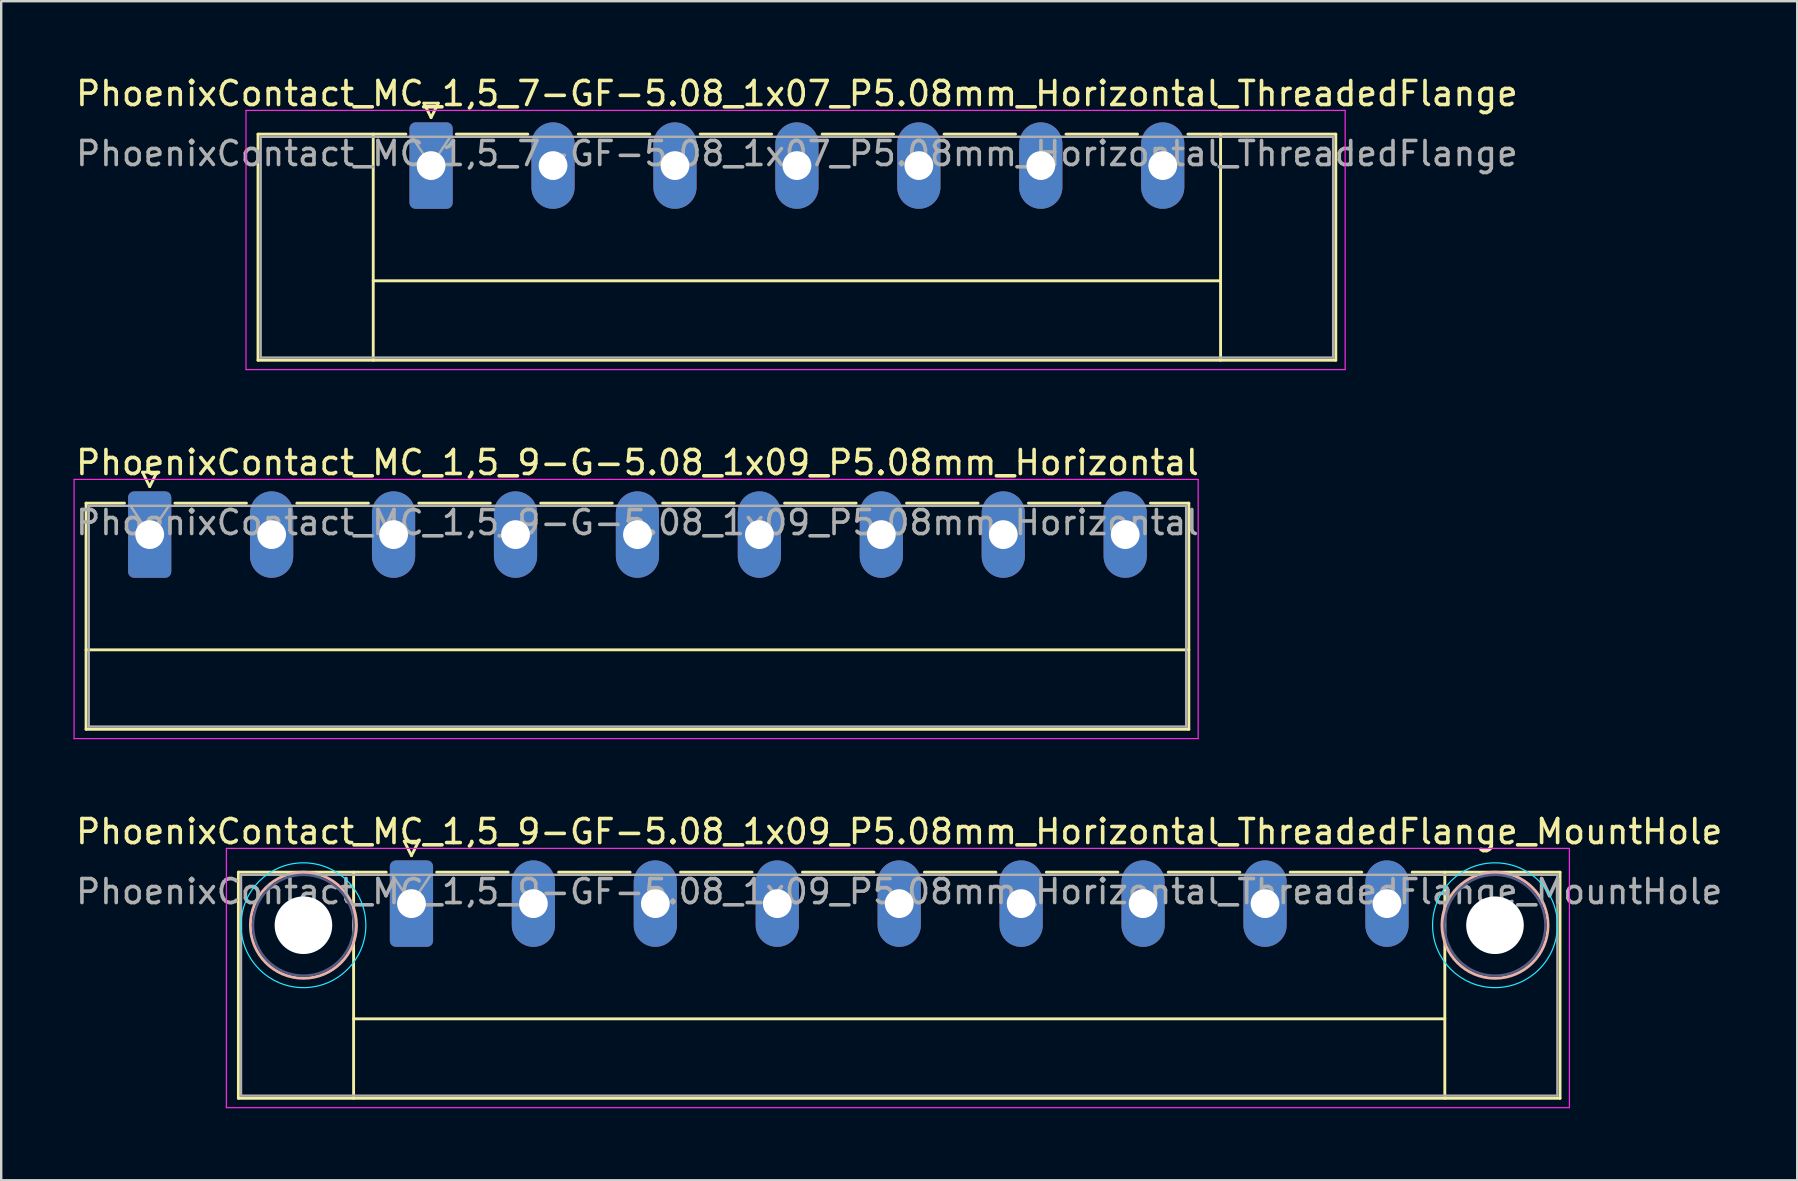
<source format=kicad_pcb>
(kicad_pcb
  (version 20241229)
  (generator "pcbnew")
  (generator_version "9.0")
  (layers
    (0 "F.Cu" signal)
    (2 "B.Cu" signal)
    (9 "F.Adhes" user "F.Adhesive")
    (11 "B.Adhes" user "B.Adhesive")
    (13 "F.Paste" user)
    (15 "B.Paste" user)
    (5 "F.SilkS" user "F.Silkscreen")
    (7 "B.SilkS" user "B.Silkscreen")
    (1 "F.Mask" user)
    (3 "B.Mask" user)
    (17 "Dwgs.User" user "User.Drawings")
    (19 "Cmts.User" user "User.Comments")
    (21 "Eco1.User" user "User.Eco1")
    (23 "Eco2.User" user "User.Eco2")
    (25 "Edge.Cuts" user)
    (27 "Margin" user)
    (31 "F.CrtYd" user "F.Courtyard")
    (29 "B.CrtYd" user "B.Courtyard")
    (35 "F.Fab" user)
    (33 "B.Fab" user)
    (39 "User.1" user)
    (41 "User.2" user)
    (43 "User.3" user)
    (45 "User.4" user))
  (footprint "PhoenixContact_MC_1,5_9-GF-5.08_1x09_P5.08mm_Horizontal_ThreadedFlange_MountHole"
    (layer "F.Cu")
    (at 14.091 34.595)
    (property "Reference" "PhoenixContact_MC_1,5_9-GF-5.08_1x09_P5.08mm_Horizontal_ThreadedFlange_MountHole" (at 20.32 -3 0) (layer "F.SilkS") (effects (font (size 1 1) (thickness 0.15))))
    (attr through_hole)
    (fp_line (start -7.21 -1.31) (end -7.21 8.11) (stroke (width 0.12) (type solid)) (layer "F.SilkS"))
    (fp_line (start -7.21 -1.31) (end -1.05 -1.31) (stroke (width 0.12) (type solid)) (layer "F.SilkS"))
    (fp_line (start -7.21 8.11) (end 47.85 8.11) (stroke (width 0.12) (type solid)) (layer "F.SilkS"))
    (fp_line (start -2.41 -1.31) (end -2.41 8.11) (stroke (width 0.12) (type solid)) (layer "F.SilkS"))
    (fp_line (start -2.41 4.8) (end 43.05 4.8) (stroke (width 0.12) (type solid)) (layer "F.SilkS"))
    (fp_line (start -0.3 -2.6) (end 0.3 -2.6) (stroke (width 0.12) (type solid)) (layer "F.SilkS"))
    (fp_line (start 0 -2) (end -0.3 -2.6) (stroke (width 0.12) (type solid)) (layer "F.SilkS"))
    (fp_line (start 0.3 -2.6) (end 0 -2) (stroke (width 0.12) (type solid)) (layer "F.SilkS"))
    (fp_line (start 1.05 -1.31) (end 4.03 -1.31) (stroke (width 0.12) (type solid)) (layer "F.SilkS"))
    (fp_line (start 6.13 -1.31) (end 9.11 -1.31) (stroke (width 0.12) (type solid)) (layer "F.SilkS"))
    (fp_line (start 11.21 -1.31) (end 14.19 -1.31) (stroke (width 0.12) (type solid)) (layer "F.SilkS"))
    (fp_line (start 16.29 -1.31) (end 19.27 -1.31) (stroke (width 0.12) (type solid)) (layer "F.SilkS"))
    (fp_line (start 21.37 -1.31) (end 24.35 -1.31) (stroke (width 0.12) (type solid)) (layer "F.SilkS"))
    (fp_line (start 26.45 -1.31) (end 29.43 -1.31) (stroke (width 0.12) (type solid)) (layer "F.SilkS"))
    (fp_line (start 31.53 -1.31) (end 34.51 -1.31) (stroke (width 0.12) (type solid)) (layer "F.SilkS"))
    (fp_line (start 36.61 -1.31) (end 39.59 -1.31) (stroke (width 0.12) (type solid)) (layer "F.SilkS"))
    (fp_line (start 43.05 -1.31) (end 43.05 8.11) (stroke (width 0.12) (type solid)) (layer "F.SilkS"))
    (fp_line (start 47.85 -1.31) (end 41.69 -1.31) (stroke (width 0.12) (type solid)) (layer "F.SilkS"))
    (fp_line (start 47.85 8.11) (end 47.85 -1.31) (stroke (width 0.12) (type solid)) (layer "F.SilkS"))
    (fp_circle (center -4.5 0.9) (end -2.29 0.9) (stroke (width 0.12) (type solid)) (fill no) (layer "B.SilkS"))
    (fp_circle (center 45.14 0.9) (end 47.35 0.9) (stroke (width 0.12) (type solid)) (fill no) (layer "B.SilkS"))
    (fp_circle (center -4.5 0.9) (end -1.9 0.9) (stroke (width 0.05) (type solid)) (fill no) (layer "B.CrtYd"))
    (fp_circle (center 45.14 0.9) (end 47.74 0.9) (stroke (width 0.05) (type solid)) (fill no) (layer "B.CrtYd"))
    (fp_line (start -7.71 -2.3) (end -7.71 8.5) (stroke (width 0.05) (type solid)) (layer "F.CrtYd"))
    (fp_line (start -7.71 8.5) (end 48.24 8.5) (stroke (width 0.05) (type solid)) (layer "F.CrtYd"))
    (fp_line (start 48.24 -2.3) (end -7.71 -2.3) (stroke (width 0.05) (type solid)) (layer "F.CrtYd"))
    (fp_line (start 48.24 8.5) (end 48.24 -2.3) (stroke (width 0.05) (type solid)) (layer "F.CrtYd"))
    (fp_circle (center -4.5 0.9) (end -2.4 0.9) (stroke (width 0.1) (type solid)) (fill no) (layer "B.Fab"))
    (fp_circle (center 45.14 0.9) (end 47.24 0.9) (stroke (width 0.1) (type solid)) (fill no) (layer "B.Fab"))
    (fp_line (start -7.1 -1.2) (end -7.1 8) (stroke (width 0.1) (type solid)) (layer "F.Fab"))
    (fp_line (start -7.1 8) (end 47.74 8) (stroke (width 0.1) (type solid)) (layer "F.Fab"))
    (fp_line (start 0 0) (end -0.8 -1.2) (stroke (width 0.1) (type solid)) (layer "F.Fab"))
    (fp_line (start 0.8 -1.2) (end 0 0) (stroke (width 0.1) (type solid)) (layer "F.Fab"))
    (fp_line (start 47.74 -1.2) (end -7.1 -1.2) (stroke (width 0.1) (type solid)) (layer "F.Fab"))
    (fp_line (start 47.74 8) (end 47.74 -1.2) (stroke (width 0.1) (type solid)) (layer "F.Fab"))
    (fp_text user "${REFERENCE}" (at 20.32 -0.5 0) (layer "F.Fab") (effects (font (size 1 1) (thickness 0.15))))
    (pad "" np_thru_hole circle (at -4.5 0.9) (size 2.4 2.4) (drill 2.4) (layers "*.Cu" "*.Mask"))
    (pad "" np_thru_hole circle (at 45.14 0.9) (size 2.4 2.4) (drill 2.4) (layers "*.Cu" "*.Mask"))
    (pad "1" thru_hole roundrect (at 0 0) (size 1.8 3.6) (drill 1.2) (layers "*.Cu" "*.Mask") (roundrect_rratio 0.139))
    (pad "2" thru_hole oval (at 5.08 0) (size 1.8 3.6) (drill 1.2) (layers "*.Cu" "*.Mask"))
    (pad "3" thru_hole oval (at 10.16 0) (size 1.8 3.6) (drill 1.2) (layers "*.Cu" "*.Mask"))
    (pad "4" thru_hole oval (at 15.24 0) (size 1.8 3.6) (drill 1.2) (layers "*.Cu" "*.Mask"))
    (pad "5" thru_hole oval (at 20.32 0) (size 1.8 3.6) (drill 1.2) (layers "*.Cu" "*.Mask"))
    (pad "6" thru_hole oval (at 25.4 0) (size 1.8 3.6) (drill 1.2) (layers "*.Cu" "*.Mask"))
    (pad "7" thru_hole oval (at 30.48 0) (size 1.8 3.6) (drill 1.2) (layers "*.Cu" "*.Mask"))
    (pad "8" thru_hole oval (at 35.56 0) (size 1.8 3.6) (drill 1.2) (layers "*.Cu" "*.Mask"))
    (pad "9" thru_hole oval (at 40.64 0) (size 1.8 3.6) (drill 1.2) (layers "*.Cu" "*.Mask")))
  (footprint "PhoenixContact_MC_1,5_7-GF-5.08_1x07_P5.08mm_Horizontal_ThreadedFlange"
    (layer "F.Cu")
    (at 14.909 3.848)
    (property "Reference" "PhoenixContact_MC_1,5_7-GF-5.08_1x07_P5.08mm_Horizontal_ThreadedFlange" (at 15.24 -3 0) (layer "F.SilkS") (effects (font (size 1 1) (thickness 0.15))))
    (attr through_hole)
    (fp_line (start -7.21 -1.31) (end -7.21 8.11) (stroke (width 0.12) (type solid)) (layer "F.SilkS"))
    (fp_line (start -7.21 -1.31) (end -1.05 -1.31) (stroke (width 0.12) (type solid)) (layer "F.SilkS"))
    (fp_line (start -7.21 8.11) (end 37.69 8.11) (stroke (width 0.12) (type solid)) (layer "F.SilkS"))
    (fp_line (start -2.41 -1.31) (end -2.41 8.11) (stroke (width 0.12) (type solid)) (layer "F.SilkS"))
    (fp_line (start -2.41 4.8) (end 32.89 4.8) (stroke (width 0.12) (type solid)) (layer "F.SilkS"))
    (fp_line (start -0.3 -2.6) (end 0.3 -2.6) (stroke (width 0.12) (type solid)) (layer "F.SilkS"))
    (fp_line (start 0 -2) (end -0.3 -2.6) (stroke (width 0.12) (type solid)) (layer "F.SilkS"))
    (fp_line (start 0.3 -2.6) (end 0 -2) (stroke (width 0.12) (type solid)) (layer "F.SilkS"))
    (fp_line (start 1.05 -1.31) (end 4.03 -1.31) (stroke (width 0.12) (type solid)) (layer "F.SilkS"))
    (fp_line (start 6.13 -1.31) (end 9.11 -1.31) (stroke (width 0.12) (type solid)) (layer "F.SilkS"))
    (fp_line (start 11.21 -1.31) (end 14.19 -1.31) (stroke (width 0.12) (type solid)) (layer "F.SilkS"))
    (fp_line (start 16.29 -1.31) (end 19.27 -1.31) (stroke (width 0.12) (type solid)) (layer "F.SilkS"))
    (fp_line (start 21.37 -1.31) (end 24.35 -1.31) (stroke (width 0.12) (type solid)) (layer "F.SilkS"))
    (fp_line (start 26.45 -1.31) (end 29.43 -1.31) (stroke (width 0.12) (type solid)) (layer "F.SilkS"))
    (fp_line (start 32.89 -1.31) (end 32.89 8.11) (stroke (width 0.12) (type solid)) (layer "F.SilkS"))
    (fp_line (start 37.69 -1.31) (end 31.53 -1.31) (stroke (width 0.12) (type solid)) (layer "F.SilkS"))
    (fp_line (start 37.69 8.11) (end 37.69 -1.31) (stroke (width 0.12) (type solid)) (layer "F.SilkS"))
    (fp_line (start -7.71 -2.3) (end -7.71 8.5) (stroke (width 0.05) (type solid)) (layer "F.CrtYd"))
    (fp_line (start -7.71 8.5) (end 38.08 8.5) (stroke (width 0.05) (type solid)) (layer "F.CrtYd"))
    (fp_line (start 38.08 -2.3) (end -7.71 -2.3) (stroke (width 0.05) (type solid)) (layer "F.CrtYd"))
    (fp_line (start 38.08 8.5) (end 38.08 -2.3) (stroke (width 0.05) (type solid)) (layer "F.CrtYd"))
    (fp_line (start -7.1 -1.2) (end -7.1 8) (stroke (width 0.1) (type solid)) (layer "F.Fab"))
    (fp_line (start -7.1 8) (end 37.58 8) (stroke (width 0.1) (type solid)) (layer "F.Fab"))
    (fp_line (start 0 0) (end -0.8 -1.2) (stroke (width 0.1) (type solid)) (layer "F.Fab"))
    (fp_line (start 0.8 -1.2) (end 0 0) (stroke (width 0.1) (type solid)) (layer "F.Fab"))
    (fp_line (start 37.58 -1.2) (end -7.1 -1.2) (stroke (width 0.1) (type solid)) (layer "F.Fab"))
    (fp_line (start 37.58 8) (end 37.58 -1.2) (stroke (width 0.1) (type solid)) (layer "F.Fab"))
    (fp_text user "${REFERENCE}" (at 15.24 -0.5 0) (layer "F.Fab") (effects (font (size 1 1) (thickness 0.15))))
    (pad "1" thru_hole roundrect (at 0 0) (size 1.8 3.6) (drill 1.2) (layers "*.Cu" "*.Mask") (roundrect_rratio 0.139))
    (pad "2" thru_hole oval (at 5.08 0) (size 1.8 3.6) (drill 1.2) (layers "*.Cu" "*.Mask"))
    (pad "3" thru_hole oval (at 10.16 0) (size 1.8 3.6) (drill 1.2) (layers "*.Cu" "*.Mask"))
    (pad "4" thru_hole oval (at 15.24 0) (size 1.8 3.6) (drill 1.2) (layers "*.Cu" "*.Mask"))
    (pad "5" thru_hole oval (at 20.32 0) (size 1.8 3.6) (drill 1.2) (layers "*.Cu" "*.Mask"))
    (pad "6" thru_hole oval (at 25.4 0) (size 1.8 3.6) (drill 1.2) (layers "*.Cu" "*.Mask"))
    (pad "7" thru_hole oval (at 30.48 0) (size 1.8 3.6) (drill 1.2) (layers "*.Cu" "*.Mask")))
  (footprint "PhoenixContact_MC_1,5_9-G-5.08_1x09_P5.08mm_Horizontal"
    (layer "F.Cu")
    (at 3.186 19.221)
    (property "Reference" "PhoenixContact_MC_1,5_9-G-5.08_1x09_P5.08mm_Horizontal" (at 20.32 -3 0) (layer "F.SilkS") (effects (font (size 1 1) (thickness 0.15))))
    (attr through_hole)
    (fp_line (start -2.65 -1.31) (end -2.65 8.11) (stroke (width 0.12) (type solid)) (layer "F.SilkS"))
    (fp_line (start -2.65 -1.31) (end -1.05 -1.31) (stroke (width 0.12) (type solid)) (layer "F.SilkS"))
    (fp_line (start -2.65 4.8) (end 43.29 4.8) (stroke (width 0.12) (type solid)) (layer "F.SilkS"))
    (fp_line (start -2.65 8.11) (end 43.29 8.11) (stroke (width 0.12) (type solid)) (layer "F.SilkS"))
    (fp_line (start -0.3 -2.6) (end 0.3 -2.6) (stroke (width 0.12) (type solid)) (layer "F.SilkS"))
    (fp_line (start 0 -2) (end -0.3 -2.6) (stroke (width 0.12) (type solid)) (layer "F.SilkS"))
    (fp_line (start 0.3 -2.6) (end 0 -2) (stroke (width 0.12) (type solid)) (layer "F.SilkS"))
    (fp_line (start 1.05 -1.31) (end 4.03 -1.31) (stroke (width 0.12) (type solid)) (layer "F.SilkS"))
    (fp_line (start 6.13 -1.31) (end 9.11 -1.31) (stroke (width 0.12) (type solid)) (layer "F.SilkS"))
    (fp_line (start 11.21 -1.31) (end 14.19 -1.31) (stroke (width 0.12) (type solid)) (layer "F.SilkS"))
    (fp_line (start 16.29 -1.31) (end 19.27 -1.31) (stroke (width 0.12) (type solid)) (layer "F.SilkS"))
    (fp_line (start 21.37 -1.31) (end 24.35 -1.31) (stroke (width 0.12) (type solid)) (layer "F.SilkS"))
    (fp_line (start 26.45 -1.31) (end 29.43 -1.31) (stroke (width 0.12) (type solid)) (layer "F.SilkS"))
    (fp_line (start 31.53 -1.31) (end 34.51 -1.31) (stroke (width 0.12) (type solid)) (layer "F.SilkS"))
    (fp_line (start 36.61 -1.31) (end 39.59 -1.31) (stroke (width 0.12) (type solid)) (layer "F.SilkS"))
    (fp_line (start 43.29 -1.31) (end 41.69 -1.31) (stroke (width 0.12) (type solid)) (layer "F.SilkS"))
    (fp_line (start 43.29 8.11) (end 43.29 -1.31) (stroke (width 0.12) (type solid)) (layer "F.SilkS"))
    (fp_line (start -3.15 -2.3) (end -3.15 8.5) (stroke (width 0.05) (type solid)) (layer "F.CrtYd"))
    (fp_line (start -3.15 8.5) (end 43.68 8.5) (stroke (width 0.05) (type solid)) (layer "F.CrtYd"))
    (fp_line (start 43.68 -2.3) (end -3.15 -2.3) (stroke (width 0.05) (type solid)) (layer "F.CrtYd"))
    (fp_line (start 43.68 8.5) (end 43.68 -2.3) (stroke (width 0.05) (type solid)) (layer "F.CrtYd"))
    (fp_line (start -2.54 -1.2) (end -2.54 8) (stroke (width 0.1) (type solid)) (layer "F.Fab"))
    (fp_line (start -2.54 8) (end 43.18 8) (stroke (width 0.1) (type solid)) (layer "F.Fab"))
    (fp_line (start 0 0) (end -0.8 -1.2) (stroke (width 0.1) (type solid)) (layer "F.Fab"))
    (fp_line (start 0.8 -1.2) (end 0 0) (stroke (width 0.1) (type solid)) (layer "F.Fab"))
    (fp_line (start 43.18 -1.2) (end -2.54 -1.2) (stroke (width 0.1) (type solid)) (layer "F.Fab"))
    (fp_line (start 43.18 8) (end 43.18 -1.2) (stroke (width 0.1) (type solid)) (layer "F.Fab"))
    (fp_text user "${REFERENCE}" (at 20.32 -0.5 0) (layer "F.Fab") (effects (font (size 1 1) (thickness 0.15))))
    (pad "1" thru_hole roundrect (at 0 0) (size 1.8 3.6) (drill 1.2) (layers "*.Cu" "*.Mask") (roundrect_rratio 0.139))
    (pad "2" thru_hole oval (at 5.08 0) (size 1.8 3.6) (drill 1.2) (layers "*.Cu" "*.Mask"))
    (pad "3" thru_hole oval (at 10.16 0) (size 1.8 3.6) (drill 1.2) (layers "*.Cu" "*.Mask"))
    (pad "4" thru_hole oval (at 15.24 0) (size 1.8 3.6) (drill 1.2) (layers "*.Cu" "*.Mask"))
    (pad "5" thru_hole oval (at 20.32 0) (size 1.8 3.6) (drill 1.2) (layers "*.Cu" "*.Mask"))
    (pad "6" thru_hole oval (at 25.4 0) (size 1.8 3.6) (drill 1.2) (layers "*.Cu" "*.Mask"))
    (pad "7" thru_hole oval (at 30.48 0) (size 1.8 3.6) (drill 1.2) (layers "*.Cu" "*.Mask"))
    (pad "8" thru_hole oval (at 35.56 0) (size 1.8 3.6) (drill 1.2) (layers "*.Cu" "*.Mask"))
    (pad "9" thru_hole oval (at 40.64 0) (size 1.8 3.6) (drill 1.2) (layers "*.Cu" "*.Mask")))
  (gr_rect
    (start -3 -3)
    (end 71.821 46.12)
    (stroke (width 0.1) (type default))
    (fill no)
    (layer "Edge.Cuts")))
</source>
